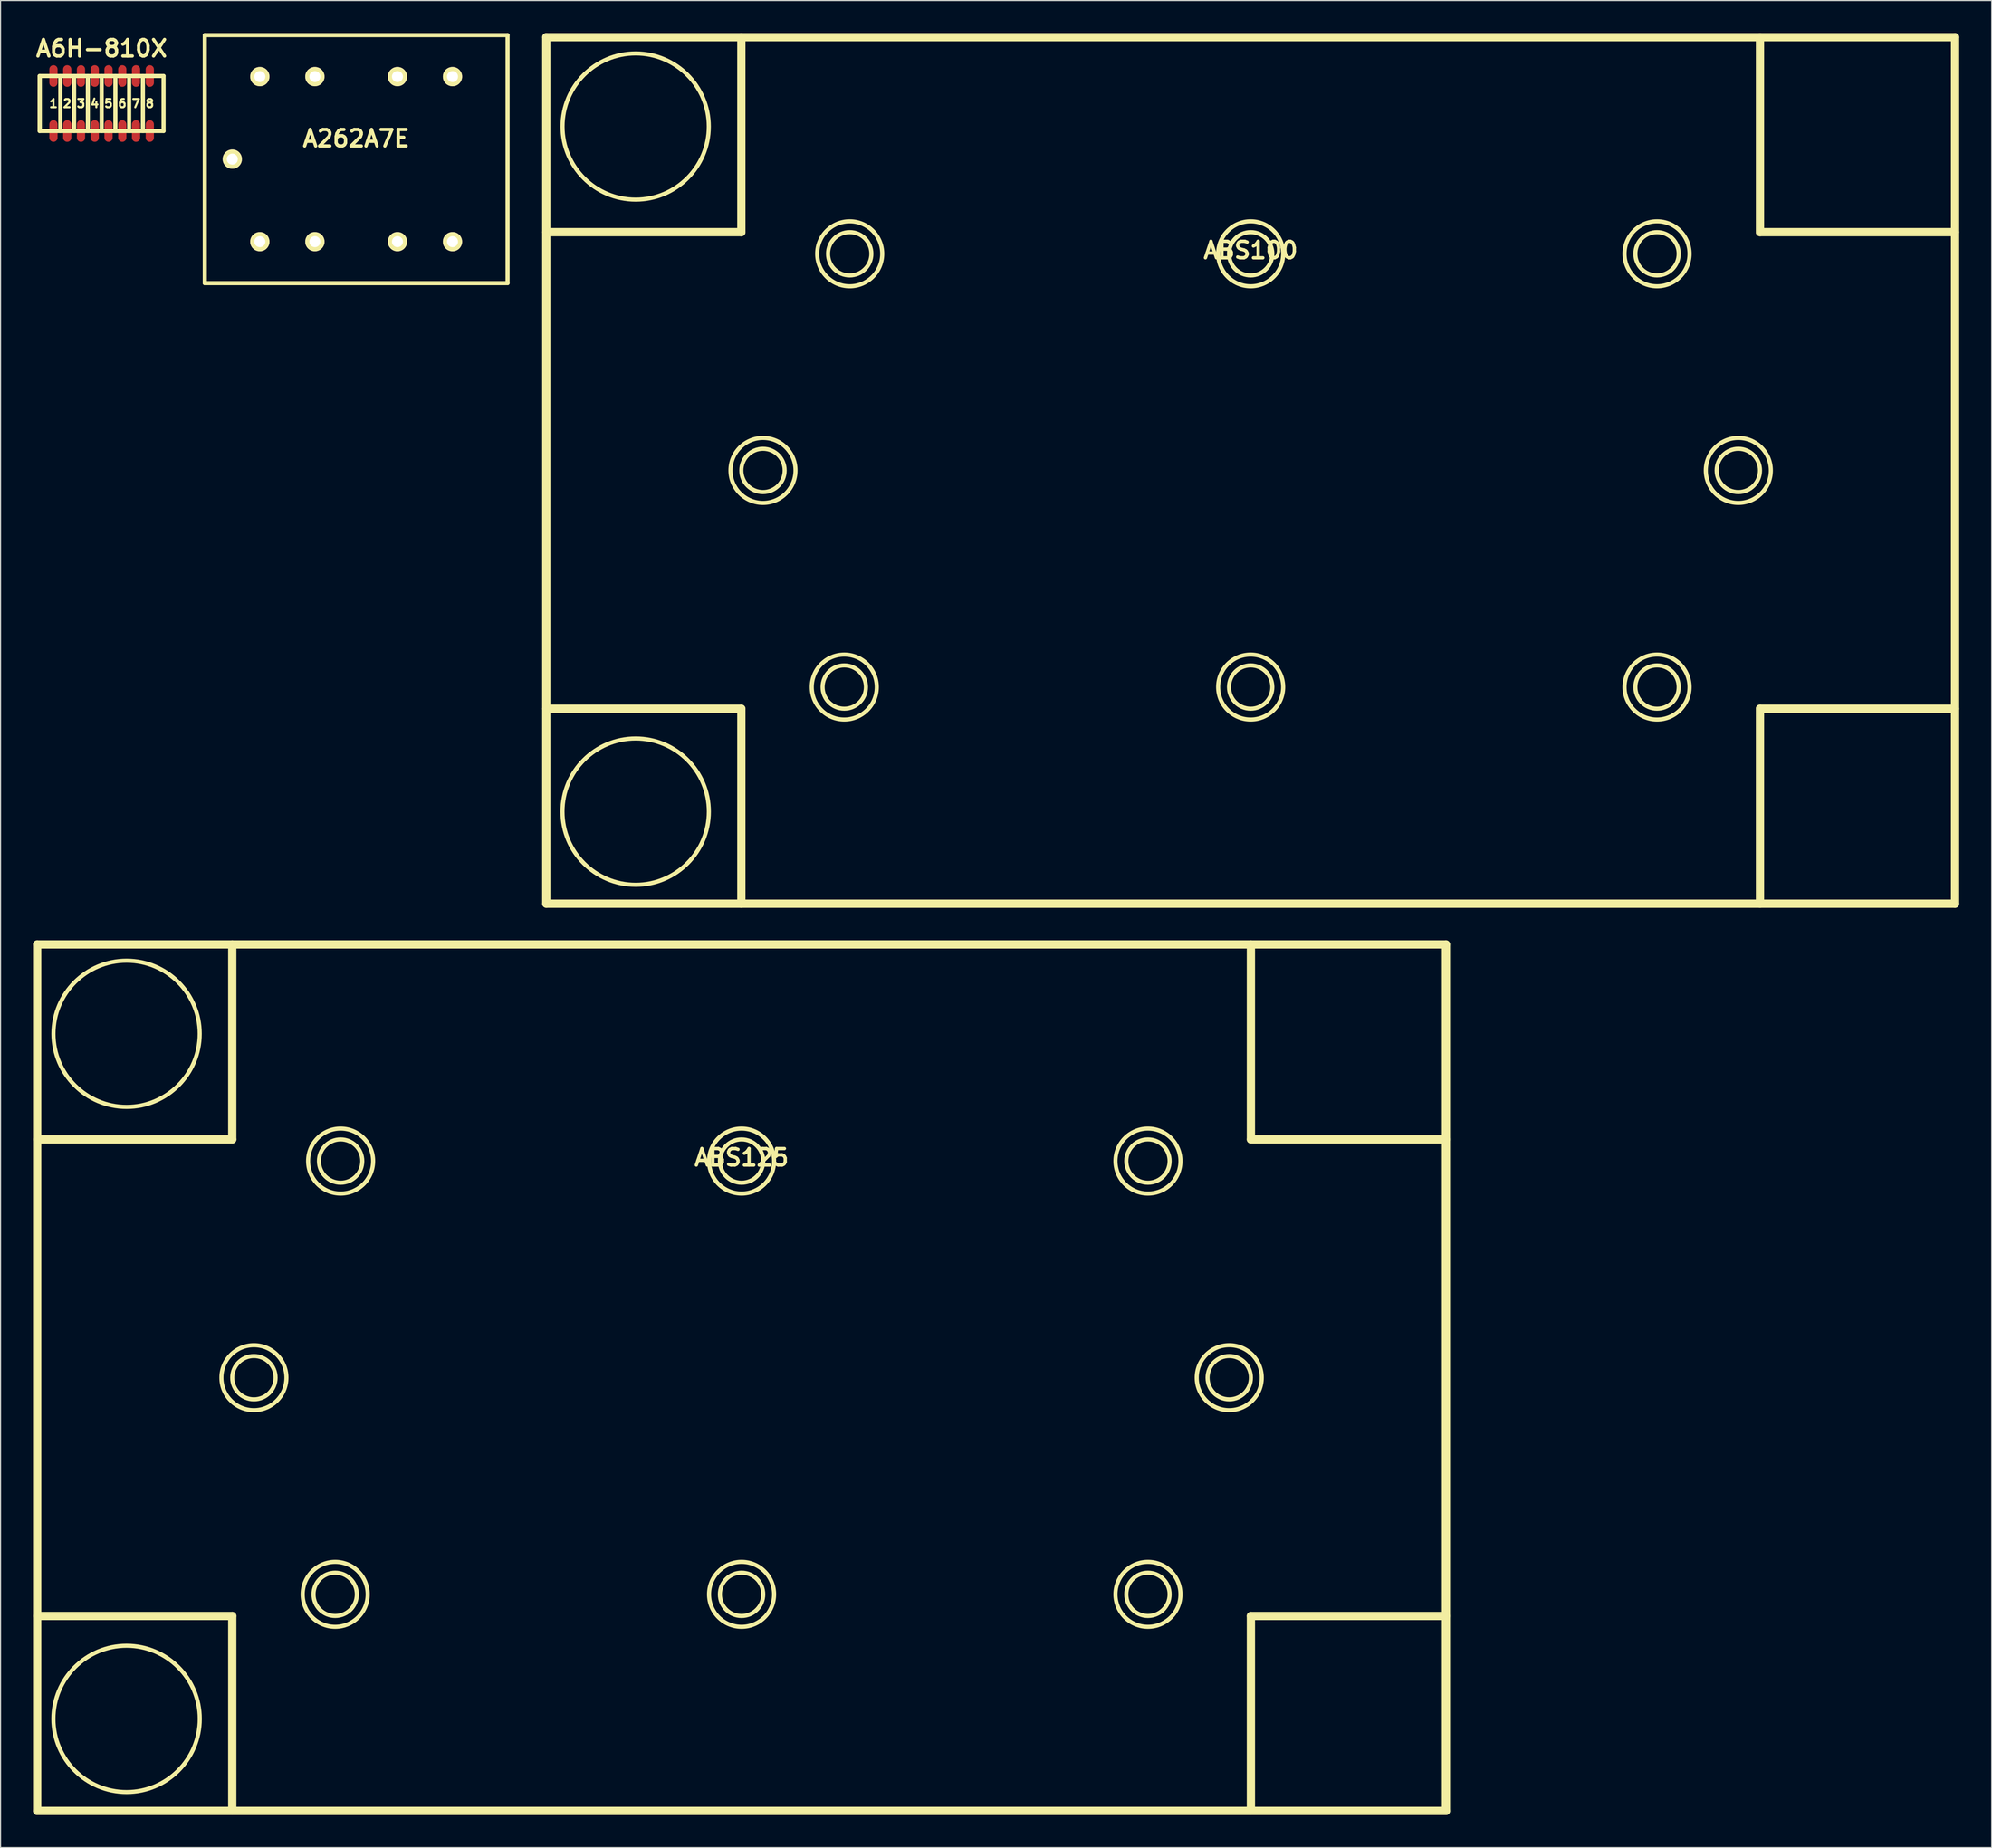
<source format=kicad_pcb>
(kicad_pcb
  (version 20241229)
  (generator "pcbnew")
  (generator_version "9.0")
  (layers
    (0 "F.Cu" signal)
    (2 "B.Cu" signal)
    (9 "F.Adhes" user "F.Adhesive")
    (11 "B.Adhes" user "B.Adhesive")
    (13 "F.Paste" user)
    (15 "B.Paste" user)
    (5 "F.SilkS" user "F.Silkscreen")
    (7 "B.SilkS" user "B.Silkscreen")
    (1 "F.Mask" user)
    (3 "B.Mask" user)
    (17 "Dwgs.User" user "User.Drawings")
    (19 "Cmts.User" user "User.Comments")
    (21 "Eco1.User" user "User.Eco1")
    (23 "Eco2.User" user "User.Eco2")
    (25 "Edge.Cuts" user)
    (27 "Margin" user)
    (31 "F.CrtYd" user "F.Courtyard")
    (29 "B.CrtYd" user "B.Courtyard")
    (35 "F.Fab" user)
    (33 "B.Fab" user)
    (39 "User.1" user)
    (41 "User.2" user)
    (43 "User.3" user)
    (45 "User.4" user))
  (footprint "ABS125"
    (layer "F.Cu")
    (at 65.382 124.143)
    (property "Reference" "ABS125" (at 0 -20.32 0) (layer "F.SilkS") (effects (font (size 1.524 1.524) (thickness 0.305))))
    (attr through_hole)
    (fp_line (start -65.001 -40) (end 65.001 -40) (stroke (width 0.762) (type solid)) (layer "F.SilkS"))
    (fp_line (start -65.001 21.999) (end -47 21.999) (stroke (width 0.762) (type solid)) (layer "F.SilkS"))
    (fp_line (start -65.001 40) (end -65.001 -40) (stroke (width 0.762) (type solid)) (layer "F.SilkS"))
    (fp_line (start -47 -40) (end -47 -21.999) (stroke (width 0.762) (type solid)) (layer "F.SilkS"))
    (fp_line (start -47 -21.999) (end -65.001 -21.999) (stroke (width 0.762) (type solid)) (layer "F.SilkS"))
    (fp_line (start -47 21.999) (end -47 40) (stroke (width 0.762) (type solid)) (layer "F.SilkS"))
    (fp_line (start 47 -21.999) (end 47 -40) (stroke (width 0.762) (type solid)) (layer "F.SilkS"))
    (fp_line (start 47 21.999) (end 65.001 21.999) (stroke (width 0.762) (type solid)) (layer "F.SilkS"))
    (fp_line (start 47 40) (end 47 21.999) (stroke (width 0.762) (type solid)) (layer "F.SilkS"))
    (fp_line (start 65.001 -40) (end 65.001 40) (stroke (width 0.762) (type solid)) (layer "F.SilkS"))
    (fp_line (start 65.001 -21.999) (end 47 -21.999) (stroke (width 0.762) (type solid)) (layer "F.SilkS"))
    (fp_line (start 65.001 40) (end -65.001 40) (stroke (width 0.762) (type solid)) (layer "F.SilkS"))
    (fp_circle (center -56.751 -31.75) (end -56.751 -25.001) (stroke (width 0.381) (type solid)) (fill no) (layer "F.SilkS"))
    (fp_circle (center -56.751 31.501) (end -56.5 38.25) (stroke (width 0.381) (type solid)) (fill no) (layer "F.SilkS"))
    (fp_circle (center -45.001 0) (end -45.001 -3) (stroke (width 0.381) (type solid)) (fill no) (layer "F.SilkS"))
    (fp_circle (center -45.001 0) (end -45.001 -1.999) (stroke (width 0.381) (type solid)) (fill no) (layer "F.SilkS"))
    (fp_circle (center -37.501 20) (end -37.501 17) (stroke (width 0.381) (type solid)) (fill no) (layer "F.SilkS"))
    (fp_circle (center -37.501 20) (end -37.501 18.001) (stroke (width 0.381) (type solid)) (fill no) (layer "F.SilkS"))
    (fp_circle (center -37 -20) (end -37 -18.001) (stroke (width 0.381) (type solid)) (fill no) (layer "F.SilkS"))
    (fp_circle (center -37 -20) (end -37 -17) (stroke (width 0.381) (type solid)) (fill no) (layer "F.SilkS"))
    (fp_circle (center 0 -20) (end 0 -23) (stroke (width 0.381) (type solid)) (fill no) (layer "F.SilkS"))
    (fp_circle (center 0 -20) (end 0 -21.999) (stroke (width 0.381) (type solid)) (fill no) (layer "F.SilkS"))
    (fp_circle (center 0 20) (end 0 17) (stroke (width 0.381) (type solid)) (fill no) (layer "F.SilkS"))
    (fp_circle (center 0 20) (end 0 18.001) (stroke (width 0.381) (type solid)) (fill no) (layer "F.SilkS"))
    (fp_circle (center 37.501 -20) (end 37.501 -23) (stroke (width 0.381) (type solid)) (fill no) (layer "F.SilkS"))
    (fp_circle (center 37.501 -20) (end 37.501 -21.999) (stroke (width 0.381) (type solid)) (fill no) (layer "F.SilkS"))
    (fp_circle (center 37.501 20) (end 37.501 17) (stroke (width 0.381) (type solid)) (fill no) (layer "F.SilkS"))
    (fp_circle (center 37.501 20) (end 37.501 18.001) (stroke (width 0.381) (type solid)) (fill no) (layer "F.SilkS"))
    (fp_circle (center 45.001 0) (end 45.001 -3) (stroke (width 0.381) (type solid)) (fill no) (layer "F.SilkS"))
    (fp_circle (center 45.001 0) (end 45.001 -1.999) (stroke (width 0.381) (type solid)) (fill no) (layer "F.SilkS")))
  (footprint "ABS100"
    (layer "F.Cu")
    (at 112.36 40.381)
    (property "Reference" "ABS100" (at 0 -20.32 0) (layer "F.SilkS") (effects (font (size 1.524 1.524) (thickness 0.305))))
    (attr through_hole)
    (fp_line (start -65.001 -40) (end 65.001 -40) (stroke (width 0.762) (type solid)) (layer "F.SilkS"))
    (fp_line (start -65.001 21.999) (end -47 21.999) (stroke (width 0.762) (type solid)) (layer "F.SilkS"))
    (fp_line (start -65.001 40) (end -65.001 -40) (stroke (width 0.762) (type solid)) (layer "F.SilkS"))
    (fp_line (start -47 -40) (end -47 -21.999) (stroke (width 0.762) (type solid)) (layer "F.SilkS"))
    (fp_line (start -47 -21.999) (end -65.001 -21.999) (stroke (width 0.762) (type solid)) (layer "F.SilkS"))
    (fp_line (start -47 21.999) (end -47 40) (stroke (width 0.762) (type solid)) (layer "F.SilkS"))
    (fp_line (start 47 -21.999) (end 47 -40) (stroke (width 0.762) (type solid)) (layer "F.SilkS"))
    (fp_line (start 47 21.999) (end 65.001 21.999) (stroke (width 0.762) (type solid)) (layer "F.SilkS"))
    (fp_line (start 47 40) (end 47 21.999) (stroke (width 0.762) (type solid)) (layer "F.SilkS"))
    (fp_line (start 65.001 -40) (end 65.001 40) (stroke (width 0.762) (type solid)) (layer "F.SilkS"))
    (fp_line (start 65.001 -21.999) (end 47 -21.999) (stroke (width 0.762) (type solid)) (layer "F.SilkS"))
    (fp_line (start 65.001 40) (end -65.001 40) (stroke (width 0.762) (type solid)) (layer "F.SilkS"))
    (fp_circle (center -56.751 -31.75) (end -56.751 -25.001) (stroke (width 0.381) (type solid)) (fill no) (layer "F.SilkS"))
    (fp_circle (center -56.751 31.501) (end -56.5 38.25) (stroke (width 0.381) (type solid)) (fill no) (layer "F.SilkS"))
    (fp_circle (center -45.001 0) (end -45.001 -3) (stroke (width 0.381) (type solid)) (fill no) (layer "F.SilkS"))
    (fp_circle (center -45.001 0) (end -45.001 -1.999) (stroke (width 0.381) (type solid)) (fill no) (layer "F.SilkS"))
    (fp_circle (center -37.501 20) (end -37.501 17) (stroke (width 0.381) (type solid)) (fill no) (layer "F.SilkS"))
    (fp_circle (center -37.501 20) (end -37.501 18.001) (stroke (width 0.381) (type solid)) (fill no) (layer "F.SilkS"))
    (fp_circle (center -37 -20) (end -37 -18.001) (stroke (width 0.381) (type solid)) (fill no) (layer "F.SilkS"))
    (fp_circle (center -37 -20) (end -37 -17) (stroke (width 0.381) (type solid)) (fill no) (layer "F.SilkS"))
    (fp_circle (center 0 -20) (end 0 -23) (stroke (width 0.381) (type solid)) (fill no) (layer "F.SilkS"))
    (fp_circle (center 0 -20) (end 0 -21.999) (stroke (width 0.381) (type solid)) (fill no) (layer "F.SilkS"))
    (fp_circle (center 0 20) (end 0 17) (stroke (width 0.381) (type solid)) (fill no) (layer "F.SilkS"))
    (fp_circle (center 0 20) (end 0 18.001) (stroke (width 0.381) (type solid)) (fill no) (layer "F.SilkS"))
    (fp_circle (center 37.501 -20) (end 37.501 -23) (stroke (width 0.381) (type solid)) (fill no) (layer "F.SilkS"))
    (fp_circle (center 37.501 -20) (end 37.501 -21.999) (stroke (width 0.381) (type solid)) (fill no) (layer "F.SilkS"))
    (fp_circle (center 37.501 20) (end 37.501 17) (stroke (width 0.381) (type solid)) (fill no) (layer "F.SilkS"))
    (fp_circle (center 37.501 20) (end 37.501 18.001) (stroke (width 0.381) (type solid)) (fill no) (layer "F.SilkS"))
    (fp_circle (center 45.001 0) (end 45.001 -3) (stroke (width 0.381) (type solid)) (fill no) (layer "F.SilkS"))
    (fp_circle (center 45.001 0) (end 45.001 -1.999) (stroke (width 0.381) (type solid)) (fill no) (layer "F.SilkS")))
  (footprint "A6H-810X"
    (layer "F.Cu")
    (at 6.328 6.506)
    (property "Reference" "A6H-810X" (at 0 -5.08 0) (layer "F.SilkS") (effects (font (size 1.524 1.524) (thickness 0.305))))
    (attr through_hole)
    (fp_line (start -5.715 -2.54) (end -5.715 2.54) (stroke (width 0.381) (type solid)) (layer "F.SilkS"))
    (fp_line (start -5.715 -2.54) (end 0.635 -2.54) (stroke (width 0.381) (type solid)) (layer "F.SilkS"))
    (fp_line (start -5.715 2.54) (end -5.715 -2.54) (stroke (width 0.381) (type solid)) (layer "F.SilkS"))
    (fp_line (start -3.81 -2.54) (end -3.81 2.54) (stroke (width 0.381) (type solid)) (layer "F.SilkS"))
    (fp_line (start -2.54 -2.54) (end -2.54 2.54) (stroke (width 0.381) (type solid)) (layer "F.SilkS"))
    (fp_line (start -1.27 -2.54) (end -1.27 2.54) (stroke (width 0.381) (type solid)) (layer "F.SilkS"))
    (fp_line (start 0 -2.54) (end 0 2.54) (stroke (width 0.381) (type solid)) (layer "F.SilkS"))
    (fp_line (start 0.635 -2.54) (end 5.715 -2.54) (stroke (width 0.381) (type solid)) (layer "F.SilkS"))
    (fp_line (start 0.635 2.54) (end -5.715 2.54) (stroke (width 0.381) (type solid)) (layer "F.SilkS"))
    (fp_line (start 1.27 -2.54) (end 1.27 2.54) (stroke (width 0.381) (type solid)) (layer "F.SilkS"))
    (fp_line (start 2.54 -2.54) (end 2.54 2.54) (stroke (width 0.381) (type solid)) (layer "F.SilkS"))
    (fp_line (start 3.81 -2.54) (end 3.81 2.54) (stroke (width 0.381) (type solid)) (layer "F.SilkS"))
    (fp_line (start 5.715 -2.54) (end 5.715 2.54) (stroke (width 0.381) (type solid)) (layer "F.SilkS"))
    (fp_line (start 5.715 2.54) (end 0.635 2.54) (stroke (width 0.381) (type solid)) (layer "F.SilkS"))
    (fp_text user "5" (at 0.635 0 0) (layer "F.SilkS") (effects (font (size 0.762 0.762) (thickness 0.191))))
    (fp_text user "7" (at 3.175 0 0) (layer "F.SilkS") (effects (font (size 0.762 0.762) (thickness 0.191))))
    (fp_text user "6" (at 1.905 0 0) (layer "F.SilkS") (effects (font (size 0.762 0.762) (thickness 0.191))))
    (fp_text user "3" (at -1.905 0 0) (layer "F.SilkS") (effects (font (size 0.762 0.762) (thickness 0.191))))
    (fp_text user "2" (at -3.175 0 0) (layer "F.SilkS") (effects (font (size 0.762 0.762) (thickness 0.191))))
    (fp_text user "1" (at -4.445 0 0) (layer "F.SilkS") (effects (font (size 0.762 0.762) (thickness 0.191))))
    (fp_text user "4" (at -0.635 0 0) (layer "F.SilkS") (effects (font (size 0.762 0.762) (thickness 0.191))))
    (fp_text user "8" (at 4.445 0 0) (layer "F.SilkS") (effects (font (size 0.762 0.762) (thickness 0.191))))
    (pad "1A" smd oval (at -4.445 2.54) (size 0.76 2) (layers "F.Cu" "F.Mask" "F.Paste"))
    (pad "1B" smd oval (at -4.445 -2.54) (size 0.76 2) (layers "F.Cu" "F.Mask" "F.Paste"))
    (pad "2A" smd oval (at -3.175 2.54) (size 0.76 2) (layers "F.Cu" "F.Mask" "F.Paste"))
    (pad "2B" smd oval (at -3.175 -2.54) (size 0.76 2) (layers "F.Cu" "F.Mask" "F.Paste"))
    (pad "3A" smd oval (at -1.905 2.54) (size 0.76 2) (layers "F.Cu" "F.Mask" "F.Paste"))
    (pad "3B" smd oval (at -1.905 -2.54) (size 0.76 2) (layers "F.Cu" "F.Mask" "F.Paste"))
    (pad "4A" smd oval (at -0.635 2.54) (size 0.76 2) (layers "F.Cu" "F.Mask" "F.Paste"))
    (pad "4B" smd oval (at -0.635 -2.54) (size 0.76 2) (layers "F.Cu" "F.Mask" "F.Paste"))
    (pad "5A" smd oval (at 0.635 2.54) (size 0.76 2) (layers "F.Cu" "F.Mask" "F.Paste"))
    (pad "5B" smd oval (at 0.635 -2.54) (size 0.76 2) (layers "F.Cu" "F.Mask" "F.Paste"))
    (pad "6A" smd oval (at 1.905 2.54) (size 0.76 2) (layers "F.Cu" "F.Mask" "F.Paste"))
    (pad "6B" smd oval (at 1.905 -2.54) (size 0.76 2) (layers "F.Cu" "F.Mask" "F.Paste"))
    (pad "7A" smd oval (at 3.175 2.54) (size 0.76 2) (layers "F.Cu" "F.Mask" "F.Paste"))
    (pad "7B" smd oval (at 3.175 -2.54) (size 0.76 2) (layers "F.Cu" "F.Mask" "F.Paste"))
    (pad "8A" smd oval (at 4.445 2.54) (size 0.76 2) (layers "F.Cu" "F.Mask" "F.Paste"))
    (pad "8B" smd oval (at 4.445 -2.54) (size 0.76 2) (layers "F.Cu" "F.Mask" "F.Paste")))
  (footprint "A262A7E"
    (layer "F.Cu")
    (at 29.817 11.641)
    (property "Reference" "A262A7E" (at 0 -1.905 0) (layer "F.SilkS") (effects (font (size 1.524 1.524) (thickness 0.305))))
    (attr through_hole)
    (fp_line (start -13.97 -11.45) (end -13.97 11.45) (stroke (width 0.381) (type solid)) (layer "F.SilkS"))
    (fp_line (start -13.97 11.45) (end 13.97 11.45) (stroke (width 0.381) (type solid)) (layer "F.SilkS"))
    (fp_line (start 13.97 -11.45) (end -13.97 -11.45) (stroke (width 0.381) (type solid)) (layer "F.SilkS"))
    (fp_line (start 13.97 11.45) (end 13.97 -11.45) (stroke (width 0.381) (type solid)) (layer "F.SilkS"))
    (pad "1" thru_hole circle (at -8.89 -7.62) (size 1.778 1.778) (drill 1.016) (layers "*.Cu" "*.Mask" "F.SilkS"))
    (pad "2" thru_hole circle (at -3.81 -7.62) (size 1.778 1.778) (drill 1.016) (layers "*.Cu" "*.Mask" "F.SilkS"))
    (pad "2" thru_hole circle (at 3.81 -7.62) (size 1.778 1.778) (drill 1.016) (layers "*.Cu" "*.Mask" "F.SilkS"))
    (pad "3" thru_hole circle (at 8.89 -7.62) (size 1.778 1.778) (drill 1.016) (layers "*.Cu" "*.Mask" "F.SilkS"))
    (pad "4" thru_hole circle (at 8.89 7.62) (size 1.778 1.778) (drill 1.016) (layers "*.Cu" "*.Mask" "F.SilkS"))
    (pad "5" thru_hole circle (at -3.81 7.62) (size 1.778 1.778) (drill 1.016) (layers "*.Cu" "*.Mask" "F.SilkS"))
    (pad "5" thru_hole circle (at 3.81 7.62) (size 1.778 1.778) (drill 1.016) (layers "*.Cu" "*.Mask" "F.SilkS"))
    (pad "6" thru_hole circle (at -8.89 7.62) (size 1.778 1.778) (drill 1.016) (layers "*.Cu" "*.Mask" "F.SilkS"))
    (pad "sc" thru_hole circle (at -11.43 0) (size 1.778 1.778) (drill 1.016) (layers "*.Cu" "*.Mask" "F.SilkS")))
  (gr_rect
    (start -3 -3)
    (end 180.742 167.524)
    (stroke (width 0.1) (type default))
    (fill no)
    (layer "Edge.Cuts")))
</source>
